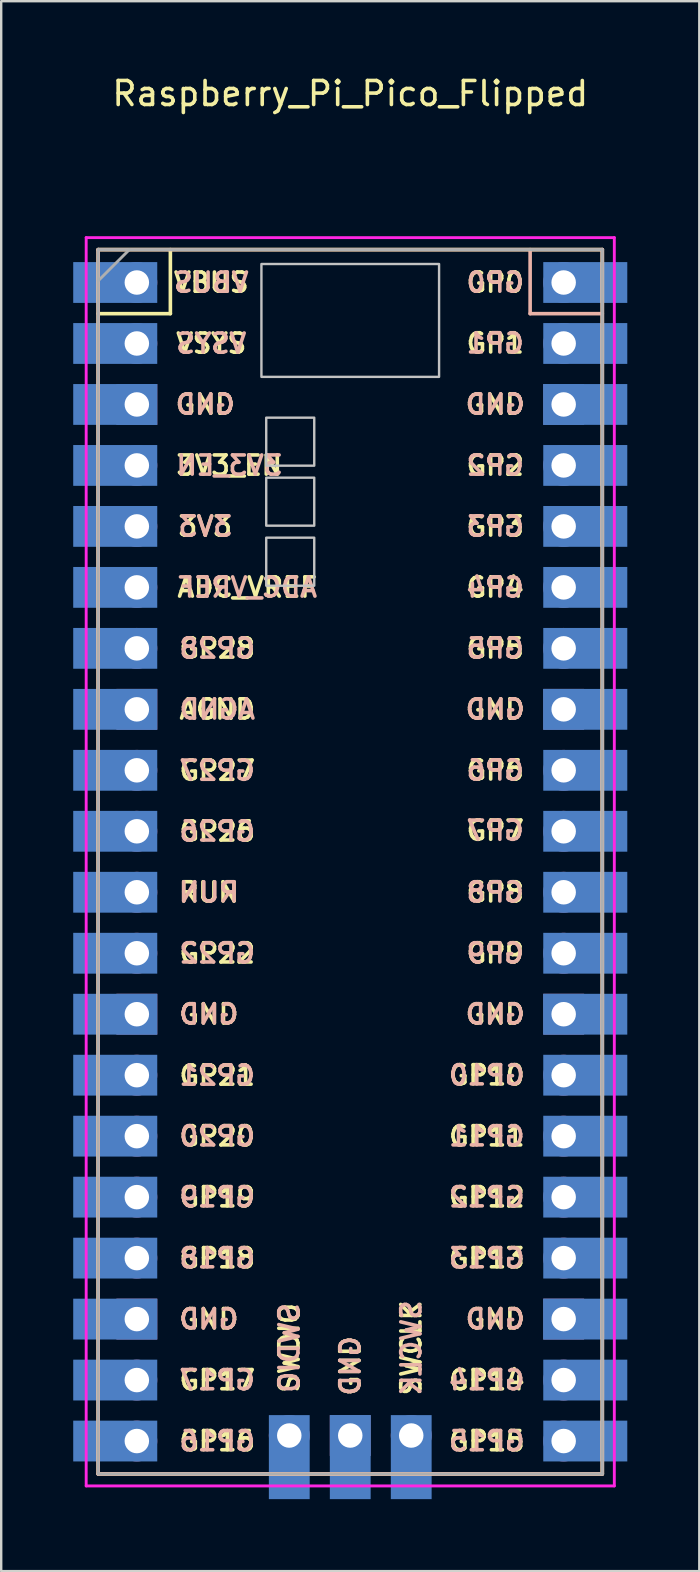
<source format=kicad_pcb>
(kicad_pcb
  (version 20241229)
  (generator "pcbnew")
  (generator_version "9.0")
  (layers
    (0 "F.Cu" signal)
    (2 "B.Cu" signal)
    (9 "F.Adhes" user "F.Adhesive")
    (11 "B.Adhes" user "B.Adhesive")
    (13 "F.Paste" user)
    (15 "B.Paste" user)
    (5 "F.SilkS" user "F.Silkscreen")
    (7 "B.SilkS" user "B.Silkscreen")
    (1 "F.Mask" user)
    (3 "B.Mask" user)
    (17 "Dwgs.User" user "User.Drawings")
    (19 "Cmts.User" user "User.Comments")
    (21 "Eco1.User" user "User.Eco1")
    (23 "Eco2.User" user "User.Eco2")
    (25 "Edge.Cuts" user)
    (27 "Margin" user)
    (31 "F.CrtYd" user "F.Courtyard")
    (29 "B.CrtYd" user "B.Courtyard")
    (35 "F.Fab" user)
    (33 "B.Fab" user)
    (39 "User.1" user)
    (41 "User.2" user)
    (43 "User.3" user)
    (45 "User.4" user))
  (footprint "Raspberry_Pi_Pico_Flipped"
    (layer "F.Cu")
    (at 11.54 32.848)
    (property "Reference" "Raspberry_Pi_Pico_Flipped" (at 0 -32 0) (layer "F.SilkS") (effects (font (size 1 1) (thickness 0.15))))
    (attr through_hole)
    (fp_line (start -10.5 -25.5) (end -10.5 25.5) (stroke (width 0.15) (type solid)) (layer "F.SilkS"))
    (fp_line (start -10.5 -25.5) (end 10.5 -25.5) (stroke (width 0.15) (type solid)) (layer "F.SilkS"))
    (fp_line (start -10.5 -22.833) (end -7.493 -22.833) (stroke (width 0.15) (type solid)) (layer "F.SilkS"))
    (fp_line (start -7.493 -22.833) (end -7.493 -25.5) (stroke (width 0.15) (type solid)) (layer "F.SilkS"))
    (fp_line (start 10.5 -25.5) (end 10.5 25.5) (stroke (width 0.15) (type solid)) (layer "F.SilkS"))
    (fp_line (start 10.5 25.5) (end -10.5 25.5) (stroke (width 0.15) (type solid)) (layer "F.SilkS"))
    (fp_line (start -10.5 -25.5) (end -10.5 25.5) (stroke (width 0.15) (type solid)) (layer "B.SilkS"))
    (fp_line (start -10.5 25.5) (end 10.5 25.5) (stroke (width 0.15) (type solid)) (layer "B.SilkS"))
    (fp_line (start 7.493 -22.833) (end 7.493 -25.5) (stroke (width 0.15) (type solid)) (layer "B.SilkS"))
    (fp_line (start 10.5 -25.5) (end -10.5 -25.5) (stroke (width 0.15) (type solid)) (layer "B.SilkS"))
    (fp_line (start 10.5 -25.5) (end 10.5 25.5) (stroke (width 0.15) (type solid)) (layer "B.SilkS"))
    (fp_line (start 10.5 -22.833) (end 7.493 -22.833) (stroke (width 0.15) (type solid)) (layer "B.SilkS"))
    (fp_poly (pts (xy -1.5 -16.5) (xy -3.5 -16.5) (xy -3.5 -18.5) (xy -1.5 -18.5)) (stroke (width 0.1) (type solid)) (fill no) (layer "Dwgs.User"))
    (fp_poly (pts (xy -1.5 -14) (xy -3.5 -14) (xy -3.5 -16) (xy -1.5 -16)) (stroke (width 0.1) (type solid)) (fill no) (layer "Dwgs.User"))
    (fp_poly (pts (xy -1.5 -11.5) (xy -3.5 -11.5) (xy -3.5 -13.5) (xy -1.5 -13.5)) (stroke (width 0.1) (type solid)) (fill no) (layer "Dwgs.User"))
    (fp_poly (pts (xy 3.7 -20.2) (xy -3.7 -20.2) (xy -3.7 -24.9) (xy 3.7 -24.9)) (stroke (width 0.1) (type solid)) (fill no) (layer "Dwgs.User"))
    (fp_line (start -11 -26) (end 11 -26) (stroke (width 0.12) (type solid)) (layer "F.CrtYd"))
    (fp_line (start -11 26) (end -11 -26) (stroke (width 0.12) (type solid)) (layer "F.CrtYd"))
    (fp_line (start 11 -26) (end 11 26) (stroke (width 0.12) (type solid)) (layer "F.CrtYd"))
    (fp_line (start 11 26) (end -11 26) (stroke (width 0.12) (type solid)) (layer "F.CrtYd"))
    (fp_line (start -10.5 -25.5) (end 10.5 -25.5) (stroke (width 0.12) (type solid)) (layer "F.Fab"))
    (fp_line (start -10.5 -24.2) (end -9.2 -25.5) (stroke (width 0.12) (type solid)) (layer "F.Fab"))
    (fp_line (start -10.5 25.5) (end -10.5 -25.5) (stroke (width 0.12) (type solid)) (layer "F.Fab"))
    (fp_line (start 10.5 -25.5) (end 10.5 25.5) (stroke (width 0.12) (type solid)) (layer "F.Fab"))
    (fp_line (start 10.5 25.5) (end -10.5 25.5) (stroke (width 0.12) (type solid)) (layer "F.Fab"))
    (fp_text user "GND" (at 6.04 6.35 0) (layer "F.SilkS") (effects (font (size 0.8 0.8) (thickness 0.15))))
    (fp_text user "GP26" (at -5.54 -1.27 0) (layer "F.SilkS") (effects (font (size 0.8 0.8) (thickness 0.15))))
    (fp_text user "GP19" (at -5.54 13.97 0) (layer "F.SilkS") (effects (font (size 0.8 0.8) (thickness 0.15))))
    (fp_text user "3V3" (at -6.04 -13.97 0) (layer "F.SilkS") (effects (font (size 0.8 0.8) (thickness 0.15))))
    (fp_text user "GND" (at 0 21 90) (layer "F.SilkS") (effects (font (size 0.8 0.8) (thickness 0.15))))
    (fp_text user "GP27" (at -5.54 -3.8 0) (layer "F.SilkS") (effects (font (size 0.8 0.8) (thickness 0.15))))
    (fp_text user "ADC_VREF" (at -4.29 -11.43 0) (layer "F.SilkS") (effects (font (size 0.8 0.8) (thickness 0.15))))
    (fp_text user "RUN" (at -5.89 1.27 0) (layer "F.SilkS") (effects (font (size 0.8 0.8) (thickness 0.15))))
    (fp_text user "GP10" (at 5.69 8.89 0) (layer "F.SilkS") (effects (font (size 0.8 0.8) (thickness 0.15))))
    (fp_text user "SWDIO" (at -2.54 20.25 90) (layer "F.SilkS") (effects (font (size 0.8 0.8) (thickness 0.15))))
    (fp_text user "VSYS" (at -5.79 -21.59 0) (layer "F.SilkS") (effects (font (size 0.8 0.8) (thickness 0.15))))
    (fp_text user "GND" (at 6.04 -19.05 0) (layer "F.SilkS") (effects (font (size 0.8 0.8) (thickness 0.15))))
    (fp_text user "GND" (at -5.89 6.35 0) (layer "F.SilkS") (effects (font (size 0.8 0.8) (thickness 0.15))))
    (fp_text user "GP12" (at 5.69 13.97 0) (layer "F.SilkS") (effects (font (size 0.8 0.8) (thickness 0.15))))
    (fp_text user "GP9" (at 6.04 3.81 0) (layer "F.SilkS") (effects (font (size 0.8 0.8) (thickness 0.15))))
    (fp_text user "GND" (at -6.04 -19.05 0) (layer "F.SilkS") (effects (font (size 0.8 0.8) (thickness 0.15))))
    (fp_text user "AGND" (at -5.54 -6.35 0) (layer "F.SilkS") (effects (font (size 0.8 0.8) (thickness 0.15))))
    (fp_text user "SWCLK" (at 2.54 20.25 90) (layer "F.SilkS") (effects (font (size 0.8 0.8) (thickness 0.15))))
    (fp_text user "GP5" (at 6.04 -8.89 0) (layer "F.SilkS") (effects (font (size 0.8 0.8) (thickness 0.15))))
    (fp_text user "GP28" (at -5.54 -8.89 0) (layer "F.SilkS") (effects (font (size 0.8 0.8) (thickness 0.15))))
    (fp_text user "GND" (at 6.04 19.05 0) (layer "F.SilkS") (effects (font (size 0.8 0.8) (thickness 0.15))))
    (fp_text user "GP21" (at -5.54 8.9 0) (layer "F.SilkS") (effects (font (size 0.8 0.8) (thickness 0.15))))
    (fp_text user "GP16" (at -5.54 24.13 0) (layer "F.SilkS") (effects (font (size 0.8 0.8) (thickness 0.15))))
    (fp_text user "VBUS" (at -5.79 -24.13 0) (layer "F.SilkS") (effects (font (size 0.8 0.8) (thickness 0.15))))
    (fp_text user "GP7" (at 6.04 -1.3 0) (layer "F.SilkS") (effects (font (size 0.8 0.8) (thickness 0.15))))
    (fp_text user "GP14" (at 5.69 21.59 0) (layer "F.SilkS") (effects (font (size 0.8 0.8) (thickness 0.15))))
    (fp_text user "GP22" (at -5.54 3.81 0) (layer "F.SilkS") (effects (font (size 0.8 0.8) (thickness 0.15))))
    (fp_text user "GP8" (at 6.04 1.27 0) (layer "F.SilkS") (effects (font (size 0.8 0.8) (thickness 0.15))))
    (fp_text user "GP17" (at -5.54 21.59 0) (layer "F.SilkS") (effects (font (size 0.8 0.8) (thickness 0.15))))
    (fp_text user "GND" (at -5.89 19.05 0) (layer "F.SilkS") (effects (font (size 0.8 0.8) (thickness 0.15))))
    (fp_text user "GP13" (at 5.69 16.51 0) (layer "F.SilkS") (effects (font (size 0.8 0.8) (thickness 0.15))))
    (fp_text user "GP4" (at 6.04 -11.43 0) (layer "F.SilkS") (effects (font (size 0.8 0.8) (thickness 0.15))))
    (fp_text user "GP0" (at 6.04 -24.13 0) (layer "F.SilkS") (effects (font (size 0.8 0.8) (thickness 0.15))))
    (fp_text user "GP6" (at 6.04 -3.81 0) (layer "F.SilkS") (effects (font (size 0.8 0.8) (thickness 0.15))))
    (fp_text user "GP11" (at 5.69 11.43 0) (layer "F.SilkS") (effects (font (size 0.8 0.8) (thickness 0.15))))
    (fp_text user "3V3_EN" (at -5.04 -16.51 0) (layer "F.SilkS") (effects (font (size 0.8 0.8) (thickness 0.15))))
    (fp_text user "GP1" (at 6.04 -21.6 0) (layer "F.SilkS") (effects (font (size 0.8 0.8) (thickness 0.15))))
    (fp_text user "GP15" (at 5.69 24.13 0) (layer "F.SilkS") (effects (font (size 0.8 0.8) (thickness 0.15))))
    (fp_text user "GND" (at 6.04 -6.35 0) (layer "F.SilkS") (effects (font (size 0.8 0.8) (thickness 0.15))))
    (fp_text user "GP20" (at -5.54 11.43 0) (layer "F.SilkS") (effects (font (size 0.8 0.8) (thickness 0.15))))
    (fp_text user "GP3" (at 6.04 -13.97 0) (layer "F.SilkS") (effects (font (size 0.8 0.8) (thickness 0.15))))
    (fp_text user "GP18" (at -5.54 16.51 0) (layer "F.SilkS") (effects (font (size 0.8 0.8) (thickness 0.15))))
    (fp_text user "GP2" (at 6.04 -16.51 0) (layer "F.SilkS") (effects (font (size 0.8 0.8) (thickness 0.15))))
    (fp_text user "GP0" (at 6.04 -24.13 0) (layer "B.SilkS") (effects (font (size 0.8 0.8) (thickness 0.15)) (justify mirror)))
    (fp_text user "3V3_EN" (at -5.04 -16.51 0) (layer "B.SilkS") (effects (font (size 0.8 0.8) (thickness 0.15)) (justify mirror)))
    (fp_text user "GP1" (at 6.04 -21.6 0) (layer "B.SilkS") (effects (font (size 0.8 0.8) (thickness 0.15)) (justify mirror)))
    (fp_text user "GP19" (at -5.54 13.97 0) (layer "B.SilkS") (effects (font (size 0.8 0.8) (thickness 0.15)) (justify mirror)))
    (fp_text user "ADC_VREF" (at -4.29 -11.43 0) (layer "B.SilkS") (effects (font (size 0.8 0.8) (thickness 0.15)) (justify mirror)))
    (fp_text user "GND" (at 6.04 19.05 0) (layer "B.SilkS") (effects (font (size 0.8 0.8) (thickness 0.15)) (justify mirror)))
    (fp_text user "GP2" (at 6.04 -16.51 0) (layer "B.SilkS") (effects (font (size 0.8 0.8) (thickness 0.15)) (justify mirror)))
    (fp_text user "GP28" (at -5.54 -8.89 0) (layer "B.SilkS") (effects (font (size 0.8 0.8) (thickness 0.15)) (justify mirror)))
    (fp_text user "GP18" (at -5.54 16.51 0) (layer "B.SilkS") (effects (font (size 0.8 0.8) (thickness 0.15)) (justify mirror)))
    (fp_text user "RUN" (at -5.89 1.27 0) (layer "B.SilkS") (effects (font (size 0.8 0.8) (thickness 0.15)) (justify mirror)))
    (fp_text user "3V3" (at -6.04 -13.97 0) (layer "B.SilkS") (effects (font (size 0.8 0.8) (thickness 0.15)) (justify mirror)))
    (fp_text user "GP7" (at 6.04 -1.3 0) (layer "B.SilkS") (effects (font (size 0.8 0.8) (thickness 0.15)) (justify mirror)))
    (fp_text user "GP8" (at 6.04 1.27 0) (layer "B.SilkS") (effects (font (size 0.8 0.8) (thickness 0.15)) (justify mirror)))
    (fp_text user "VSYS" (at -5.79 -21.59 0) (layer "B.SilkS") (effects (font (size 0.8 0.8) (thickness 0.15)) (justify mirror)))
    (fp_text user "GND" (at 0 21 270) (layer "B.SilkS") (effects (font (size 0.8 0.8) (thickness 0.15)) (justify mirror)))
    (fp_text user "GP27" (at -5.54 -3.8 0) (layer "B.SilkS") (effects (font (size 0.8 0.8) (thickness 0.15)) (justify mirror)))
    (fp_text user "GP21" (at -5.54 8.9 0) (layer "B.SilkS") (effects (font (size 0.8 0.8) (thickness 0.15)) (justify mirror)))
    (fp_text user "GP6" (at 6.04 -3.81 0) (layer "B.SilkS") (effects (font (size 0.8 0.8) (thickness 0.15)) (justify mirror)))
    (fp_text user "GND" (at 6.04 -19.05 0) (layer "B.SilkS") (effects (font (size 0.8 0.8) (thickness 0.15)) (justify mirror)))
    (fp_text user "VBUS" (at -5.79 -24.13 0) (layer "B.SilkS") (effects (font (size 0.8 0.8) (thickness 0.15)) (justify mirror)))
    (fp_text user "GP22" (at -5.54 3.81 0) (layer "B.SilkS") (effects (font (size 0.8 0.8) (thickness 0.15)) (justify mirror)))
    (fp_text user "GP4" (at 6.04 -11.43 0) (layer "B.SilkS") (effects (font (size 0.8 0.8) (thickness 0.15)) (justify mirror)))
    (fp_text user "GP26" (at -5.54 -1.27 0) (layer "B.SilkS") (effects (font (size 0.8 0.8) (thickness 0.15)) (justify mirror)))
    (fp_text user "GND" (at -5.89 6.35 0) (layer "B.SilkS") (effects (font (size 0.8 0.8) (thickness 0.15)) (justify mirror)))
    (fp_text user "GP20" (at -5.54 11.43 0) (layer "B.SilkS") (effects (font (size 0.8 0.8) (thickness 0.15)) (justify mirror)))
    (fp_text user "GP3" (at 6.04 -13.97 0) (layer "B.SilkS") (effects (font (size 0.8 0.8) (thickness 0.15)) (justify mirror)))
    (fp_text user "SWDIO" (at -2.54 20.25 270) (layer "B.SilkS") (effects (font (size 0.8 0.8) (thickness 0.15)) (justify mirror)))
    (fp_text user "GP14" (at 5.69 21.59 0) (layer "B.SilkS") (effects (font (size 0.8 0.8) (thickness 0.15)) (justify mirror)))
    (fp_text user "GND" (at 6.04 -6.35 0) (layer "B.SilkS") (effects (font (size 0.8 0.8) (thickness 0.15)) (justify mirror)))
    (fp_text user "GND" (at 6.04 6.35 0) (layer "B.SilkS") (effects (font (size 0.8 0.8) (thickness 0.15)) (justify mirror)))
    (fp_text user "SWCLK" (at 2.54 20.25 270) (layer "B.SilkS") (effects (font (size 0.8 0.8) (thickness 0.15)) (justify mirror)))
    (fp_text user "GP5" (at 6.04 -8.89 0) (layer "B.SilkS") (effects (font (size 0.8 0.8) (thickness 0.15)) (justify mirror)))
    (fp_text user "GP13" (at 5.69 16.51 0) (layer "B.SilkS") (effects (font (size 0.8 0.8) (thickness 0.15)) (justify mirror)))
    (fp_text user "GP11" (at 5.69 11.43 0) (layer "B.SilkS") (effects (font (size 0.8 0.8) (thickness 0.15)) (justify mirror)))
    (fp_text user "GND" (at -5.89 19.05 0) (layer "B.SilkS") (effects (font (size 0.8 0.8) (thickness 0.15)) (justify mirror)))
    (fp_text user "GP10" (at 5.69 8.89 0) (layer "B.SilkS") (effects (font (size 0.8 0.8) (thickness 0.15)) (justify mirror)))
    (fp_text user "GP9" (at 6.04 3.81 0) (layer "B.SilkS") (effects (font (size 0.8 0.8) (thickness 0.15)) (justify mirror)))
    (fp_text user "GP15" (at 5.69 24.13 0) (layer "B.SilkS") (effects (font (size 0.8 0.8) (thickness 0.15)) (justify mirror)))
    (fp_text user "GND" (at -6.04 -19.05 0) (layer "B.SilkS") (effects (font (size 0.8 0.8) (thickness 0.15)) (justify mirror)))
    (fp_text user "GP16" (at -5.54 24.13 0) (layer "B.SilkS") (effects (font (size 0.8 0.8) (thickness 0.15)) (justify mirror)))
    (fp_text user "GP17" (at -5.54 21.59 0) (layer "B.SilkS") (effects (font (size 0.8 0.8) (thickness 0.15)) (justify mirror)))
    (fp_text user "AGND" (at -5.54 -6.35 0) (layer "B.SilkS") (effects (font (size 0.8 0.8) (thickness 0.15)) (justify mirror)))
    (fp_text user "GP12" (at 5.69 13.97 0) (layer "B.SilkS") (effects (font (size 0.8 0.8) (thickness 0.15)) (justify mirror)))
    (pad "1" thru_hole oval (at 8.89 -24.13) (size 1.7 1.7) (drill 1.02) (layers "*.Cu" "*.Mask"))
    (pad "1" smd rect (at 8.89 -24.13) (size 3.5 1.7) (drill (offset 0.9 0)) (layers "B.Cu" "B.Mask"))
    (pad "2" thru_hole oval (at 8.89 -21.59) (size 1.7 1.7) (drill 1.02) (layers "*.Cu" "*.Mask"))
    (pad "2" smd rect (at 8.89 -21.59) (size 3.5 1.7) (drill (offset 0.9 0)) (layers "B.Cu" "B.Mask"))
    (pad "3" thru_hole rect (at 8.89 -19.05) (size 1.7 1.7) (drill 1.02) (layers "*.Cu" "*.Mask"))
    (pad "3" smd rect (at 8.89 -19.05) (size 3.5 1.7) (drill (offset 0.9 0)) (layers "B.Cu" "B.Mask"))
    (pad "4" thru_hole oval (at 8.89 -16.51) (size 1.7 1.7) (drill 1.02) (layers "*.Cu" "*.Mask"))
    (pad "4" smd rect (at 8.89 -16.51) (size 3.5 1.7) (drill (offset 0.9 0)) (layers "B.Cu" "B.Mask"))
    (pad "5" thru_hole oval (at 8.89 -13.97) (size 1.7 1.7) (drill 1.02) (layers "*.Cu" "*.Mask"))
    (pad "5" smd rect (at 8.89 -13.97) (size 3.5 1.7) (drill (offset 0.9 0)) (layers "B.Cu" "B.Mask"))
    (pad "6" thru_hole oval (at 8.89 -11.43) (size 1.7 1.7) (drill 1.02) (layers "*.Cu" "*.Mask"))
    (pad "6" smd rect (at 8.89 -11.43) (size 3.5 1.7) (drill (offset 0.9 0)) (layers "B.Cu" "B.Mask"))
    (pad "7" thru_hole oval (at 8.89 -8.89) (size 1.7 1.7) (drill 1.02) (layers "*.Cu" "*.Mask"))
    (pad "7" smd rect (at 8.89 -8.89) (size 3.5 1.7) (drill (offset 0.9 0)) (layers "B.Cu" "B.Mask"))
    (pad "8" thru_hole rect (at 8.89 -6.35) (size 1.7 1.7) (drill 1.02) (layers "*.Cu" "*.Mask"))
    (pad "8" smd rect (at 8.89 -6.35) (size 3.5 1.7) (drill (offset 0.9 0)) (layers "B.Cu" "B.Mask"))
    (pad "9" thru_hole oval (at 8.89 -3.81) (size 1.7 1.7) (drill 1.02) (layers "*.Cu" "*.Mask"))
    (pad "9" smd rect (at 8.89 -3.81) (size 3.5 1.7) (drill (offset 0.9 0)) (layers "B.Cu" "B.Mask"))
    (pad "10" thru_hole oval (at 8.89 -1.27) (size 1.7 1.7) (drill 1.02) (layers "*.Cu" "*.Mask"))
    (pad "10" smd rect (at 8.89 -1.27) (size 3.5 1.7) (drill (offset 0.9 0)) (layers "B.Cu" "B.Mask"))
    (pad "11" thru_hole oval (at 8.89 1.27) (size 1.7 1.7) (drill 1.02) (layers "*.Cu" "*.Mask"))
    (pad "11" smd rect (at 8.89 1.27) (size 3.5 1.7) (drill (offset 0.9 0)) (layers "B.Cu" "B.Mask"))
    (pad "12" thru_hole oval (at 8.89 3.81) (size 1.7 1.7) (drill 1.02) (layers "*.Cu" "*.Mask"))
    (pad "12" smd rect (at 8.89 3.81) (size 3.5 1.7) (drill (offset 0.9 0)) (layers "B.Cu" "B.Mask"))
    (pad "13" thru_hole rect (at 8.89 6.35) (size 1.7 1.7) (drill 1.02) (layers "*.Cu" "*.Mask"))
    (pad "13" smd rect (at 8.89 6.35) (size 3.5 1.7) (drill (offset 0.9 0)) (layers "B.Cu" "B.Mask"))
    (pad "14" thru_hole oval (at 8.89 8.89) (size 1.7 1.7) (drill 1.02) (layers "*.Cu" "*.Mask"))
    (pad "14" smd rect (at 8.89 8.89) (size 3.5 1.7) (drill (offset 0.9 0)) (layers "B.Cu" "B.Mask"))
    (pad "15" thru_hole oval (at 8.89 11.43) (size 1.7 1.7) (drill 1.02) (layers "*.Cu" "*.Mask"))
    (pad "15" smd rect (at 8.89 11.43) (size 3.5 1.7) (drill (offset 0.9 0)) (layers "B.Cu" "B.Mask"))
    (pad "16" thru_hole oval (at 8.89 13.97) (size 1.7 1.7) (drill 1.02) (layers "*.Cu" "*.Mask"))
    (pad "16" smd rect (at 8.89 13.97) (size 3.5 1.7) (drill (offset 0.9 0)) (layers "B.Cu" "B.Mask"))
    (pad "17" thru_hole oval (at 8.89 16.51) (size 1.7 1.7) (drill 1.02) (layers "*.Cu" "*.Mask"))
    (pad "17" smd rect (at 8.89 16.51) (size 3.5 1.7) (drill (offset 0.9 0)) (layers "B.Cu" "B.Mask"))
    (pad "18" thru_hole rect (at 8.89 19.05) (size 1.7 1.7) (drill 1.02) (layers "*.Cu" "*.Mask"))
    (pad "18" smd rect (at 8.89 19.05) (size 3.5 1.7) (drill (offset 0.9 0)) (layers "B.Cu" "B.Mask"))
    (pad "19" thru_hole oval (at 8.89 21.59) (size 1.7 1.7) (drill 1.02) (layers "*.Cu" "*.Mask"))
    (pad "19" smd rect (at 8.89 21.59) (size 3.5 1.7) (drill (offset 0.9 0)) (layers "B.Cu" "B.Mask"))
    (pad "20" thru_hole oval (at 8.89 24.13) (size 1.7 1.7) (drill 1.02) (layers "*.Cu" "*.Mask"))
    (pad "20" smd rect (at 8.89 24.13) (size 3.5 1.7) (drill (offset 0.9 0)) (layers "B.Cu" "B.Mask"))
    (pad "21" thru_hole oval (at -8.89 24.13) (size 1.7 1.7) (drill 1.02) (layers "*.Cu" "*.Mask"))
    (pad "21" smd rect (at -8.89 24.13) (size 3.5 1.7) (drill (offset -0.9 0)) (layers "B.Cu" "B.Mask"))
    (pad "22" thru_hole oval (at -8.89 21.59) (size 1.7 1.7) (drill 1.02) (layers "*.Cu" "*.Mask"))
    (pad "22" smd rect (at -8.89 21.59) (size 3.5 1.7) (drill (offset -0.9 0)) (layers "B.Cu" "B.Mask"))
    (pad "23" thru_hole rect (at -8.89 19.05) (size 1.7 1.7) (drill 1.02) (layers "*.Cu" "*.Mask"))
    (pad "23" smd rect (at -8.89 19.05) (size 3.5 1.7) (drill (offset -0.9 0)) (layers "B.Cu" "B.Mask"))
    (pad "24" thru_hole oval (at -8.89 16.51) (size 1.7 1.7) (drill 1.02) (layers "*.Cu" "*.Mask"))
    (pad "24" smd rect (at -8.89 16.51) (size 3.5 1.7) (drill (offset -0.9 0)) (layers "B.Cu" "B.Mask"))
    (pad "25" thru_hole oval (at -8.89 13.97) (size 1.7 1.7) (drill 1.02) (layers "*.Cu" "*.Mask"))
    (pad "25" smd rect (at -8.89 13.97) (size 3.5 1.7) (drill (offset -0.9 0)) (layers "B.Cu" "B.Mask"))
    (pad "26" thru_hole oval (at -8.89 11.43) (size 1.7 1.7) (drill 1.02) (layers "*.Cu" "*.Mask"))
    (pad "26" smd rect (at -8.89 11.43) (size 3.5 1.7) (drill (offset -0.9 0)) (layers "B.Cu" "B.Mask"))
    (pad "27" thru_hole oval (at -8.89 8.89) (size 1.7 1.7) (drill 1.02) (layers "*.Cu" "*.Mask"))
    (pad "27" smd rect (at -8.89 8.89) (size 3.5 1.7) (drill (offset -0.9 0)) (layers "B.Cu" "B.Mask"))
    (pad "28" thru_hole rect (at -8.89 6.35) (size 1.7 1.7) (drill 1.02) (layers "*.Cu" "*.Mask"))
    (pad "28" smd rect (at -8.89 6.35) (size 3.5 1.7) (drill (offset -0.9 0)) (layers "B.Cu" "B.Mask"))
    (pad "29" thru_hole oval (at -8.89 3.81) (size 1.7 1.7) (drill 1.02) (layers "*.Cu" "*.Mask"))
    (pad "29" smd rect (at -8.89 3.81) (size 3.5 1.7) (drill (offset -0.9 0)) (layers "B.Cu" "B.Mask"))
    (pad "30" thru_hole oval (at -8.89 1.27) (size 1.7 1.7) (drill 1.02) (layers "*.Cu" "*.Mask"))
    (pad "30" smd rect (at -8.89 1.27) (size 3.5 1.7) (drill (offset -0.9 0)) (layers "B.Cu" "B.Mask"))
    (pad "31" thru_hole oval (at -8.89 -1.27) (size 1.7 1.7) (drill 1.02) (layers "*.Cu" "*.Mask"))
    (pad "31" smd rect (at -8.89 -1.27) (size 3.5 1.7) (drill (offset -0.9 0)) (layers "B.Cu" "B.Mask"))
    (pad "32" thru_hole oval (at -8.89 -3.81) (size 1.7 1.7) (drill 1.02) (layers "*.Cu" "*.Mask"))
    (pad "32" smd rect (at -8.89 -3.81) (size 3.5 1.7) (drill (offset -0.9 0)) (layers "B.Cu" "B.Mask"))
    (pad "33" thru_hole rect (at -8.89 -6.35) (size 1.7 1.7) (drill 1.02) (layers "*.Cu" "*.Mask"))
    (pad "33" smd rect (at -8.89 -6.35) (size 3.5 1.7) (drill (offset -0.9 0)) (layers "B.Cu" "B.Mask"))
    (pad "34" thru_hole oval (at -8.89 -8.89) (size 1.7 1.7) (drill 1.02) (layers "*.Cu" "*.Mask"))
    (pad "34" smd rect (at -8.89 -8.89) (size 3.5 1.7) (drill (offset -0.9 0)) (layers "B.Cu" "B.Mask"))
    (pad "35" thru_hole oval (at -8.89 -11.43) (size 1.7 1.7) (drill 1.02) (layers "*.Cu" "*.Mask"))
    (pad "35" smd rect (at -8.89 -11.43) (size 3.5 1.7) (drill (offset -0.9 0)) (layers "B.Cu" "B.Mask"))
    (pad "36" thru_hole oval (at -8.89 -13.97) (size 1.7 1.7) (drill 1.02) (layers "*.Cu" "*.Mask"))
    (pad "36" smd rect (at -8.89 -13.97) (size 3.5 1.7) (drill (offset -0.9 0)) (layers "B.Cu" "B.Mask"))
    (pad "37" thru_hole oval (at -8.89 -16.51) (size 1.7 1.7) (drill 1.02) (layers "*.Cu" "*.Mask"))
    (pad "37" smd rect (at -8.89 -16.51) (size 3.5 1.7) (drill (offset -0.9 0)) (layers "B.Cu" "B.Mask"))
    (pad "38" thru_hole rect (at -8.89 -19.05) (size 1.7 1.7) (drill 1.02) (layers "*.Cu" "*.Mask"))
    (pad "38" smd rect (at -8.89 -19.05) (size 3.5 1.7) (drill (offset -0.9 0)) (layers "B.Cu" "B.Mask"))
    (pad "39" thru_hole oval (at -8.89 -21.59) (size 1.7 1.7) (drill 1.02) (layers "*.Cu" "*.Mask"))
    (pad "39" smd rect (at -8.89 -21.59) (size 3.5 1.7) (drill (offset -0.9 0)) (layers "B.Cu" "B.Mask"))
    (pad "40" thru_hole oval (at -8.89 -24.13) (size 1.7 1.7) (drill 1.02) (layers "*.Cu" "*.Mask"))
    (pad "40" smd rect (at -8.89 -24.13) (size 3.5 1.7) (drill (offset -0.9 0)) (layers "B.Cu" "B.Mask"))
    (pad "41" thru_hole oval (at 2.54 23.9) (size 1.7 1.7) (drill 1.02) (layers "*.Cu" "*.Mask"))
    (pad "41" smd rect (at 2.54 23.9 90) (size 3.5 1.7) (drill (offset -0.9 0)) (layers "B.Cu" "B.Mask"))
    (pad "42" thru_hole rect (at 0 23.9) (size 1.7 1.7) (drill 1.02) (layers "*.Cu" "*.Mask"))
    (pad "42" smd rect (at 0 23.9 90) (size 3.5 1.7) (drill (offset -0.9 0)) (layers "B.Cu" "B.Mask"))
    (pad "43" thru_hole oval (at -2.54 23.9) (size 1.7 1.7) (drill 1.02) (layers "*.Cu" "*.Mask"))
    (pad "43" smd rect (at -2.54 23.9 90) (size 3.5 1.7) (drill (offset -0.9 0)) (layers "B.Cu" "B.Mask")))
  (gr_rect
    (start -3 -3)
    (end 26.08 62.398)
    (stroke (width 0.1) (type default))
    (fill no)
    (layer "Edge.Cuts")))
</source>
